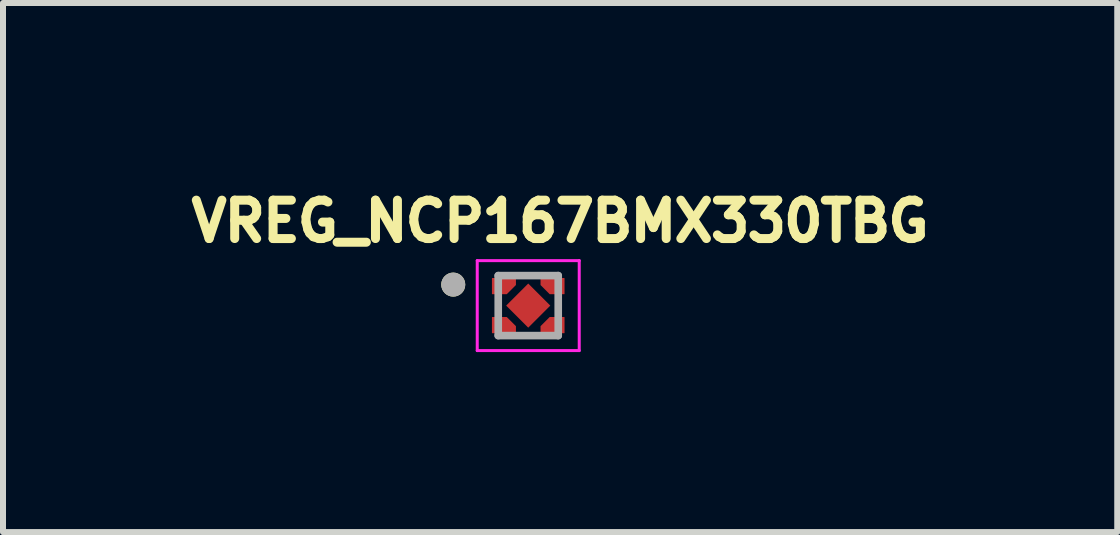
<source format=kicad_pcb>
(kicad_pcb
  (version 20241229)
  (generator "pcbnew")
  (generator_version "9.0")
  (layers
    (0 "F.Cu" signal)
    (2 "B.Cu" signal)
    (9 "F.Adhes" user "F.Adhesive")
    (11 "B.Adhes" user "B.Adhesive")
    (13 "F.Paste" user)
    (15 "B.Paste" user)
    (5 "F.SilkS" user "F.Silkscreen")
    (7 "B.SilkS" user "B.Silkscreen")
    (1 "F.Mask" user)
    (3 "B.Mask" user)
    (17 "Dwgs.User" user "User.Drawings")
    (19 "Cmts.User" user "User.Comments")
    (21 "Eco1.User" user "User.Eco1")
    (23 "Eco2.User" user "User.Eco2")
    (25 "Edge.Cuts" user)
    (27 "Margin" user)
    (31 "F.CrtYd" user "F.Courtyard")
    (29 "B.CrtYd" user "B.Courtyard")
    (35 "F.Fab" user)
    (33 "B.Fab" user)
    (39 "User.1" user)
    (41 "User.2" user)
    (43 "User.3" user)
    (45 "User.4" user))
  (footprint "VREG_NCP167BMX330TBG"
    (layer "F.Cu")
    (at 5.755 2.044)
    (property "Reference" "VREG_NCP167BMX330TBG" (at 0.532 -1.406 0) (layer "F.SilkS") (effects (font (size 0.64 0.64) (thickness 0.15))))
    (attr smd)
    (fp_circle (center -1.25 -0.35) (end -1.15 -0.35) (stroke (width 0.2) (type solid)) (fill no) (layer "F.SilkS"))
    (fp_poly (pts (xy -0.6 -0.455) (xy -0.21 -0.455) (xy -0.21 -0.345) (xy -0.36 -0.195) (xy -0.6 -0.195)) (stroke (width 0.01) (type solid)) (fill yes) (layer "F.Paste"))
    (fp_poly (pts (xy -0.6 0.455) (xy -0.21 0.455) (xy -0.21 0.345) (xy -0.36 0.195) (xy -0.6 0.195)) (stroke (width 0.01) (type solid)) (fill yes) (layer "F.Paste"))
    (fp_poly (pts (xy 0.6 -0.455) (xy 0.21 -0.455) (xy 0.21 -0.345) (xy 0.36 -0.195) (xy 0.6 -0.195)) (stroke (width 0.01) (type solid)) (fill yes) (layer "F.Paste"))
    (fp_poly (pts (xy 0.6 0.455) (xy 0.21 0.455) (xy 0.21 0.345) (xy 0.36 0.195) (xy 0.6 0.195)) (stroke (width 0.01) (type solid)) (fill yes) (layer "F.Paste"))
    (fp_line (start -0.85 -0.75) (end 0.85 -0.75) (stroke (width 0.05) (type solid)) (layer "F.CrtYd"))
    (fp_line (start -0.85 0.75) (end -0.85 -0.75) (stroke (width 0.05) (type solid)) (layer "F.CrtYd"))
    (fp_line (start 0.85 -0.75) (end 0.85 0.75) (stroke (width 0.05) (type solid)) (layer "F.CrtYd"))
    (fp_line (start 0.85 0.75) (end -0.85 0.75) (stroke (width 0.05) (type solid)) (layer "F.CrtYd"))
    (fp_line (start -0.5 -0.5) (end -0.5 0.5) (stroke (width 0.127) (type solid)) (layer "F.Fab"))
    (fp_line (start -0.5 0.5) (end 0.5 0.5) (stroke (width 0.127) (type solid)) (layer "F.Fab"))
    (fp_line (start 0.5 -0.5) (end -0.5 -0.5) (stroke (width 0.127) (type solid)) (layer "F.Fab"))
    (fp_line (start 0.5 0.5) (end 0.5 -0.5) (stroke (width 0.127) (type solid)) (layer "F.Fab"))
    (fp_circle (center -1.25 -0.35) (end -1.15 -0.35) (stroke (width 0.2) (type solid)) (fill no) (layer "F.Fab"))
    (pad "1" smd custom (at -0.405 -0.325) (size 0.1 0.1) (layers "F.Cu" "F.Mask" "F.Paste") (options (anchor rect)) (primitives (gr_poly (pts (xy -0.195 -0.13) (xy 0.195 -0.13) (xy 0.195 -0.02) (xy 0.045 0.13) (xy -0.195 0.13)) (width 0.01) (fill yes))))
    (pad "2" smd custom (at -0.405 0.325) (size 0.1 0.1) (layers "F.Cu" "F.Mask" "F.Paste") (options (anchor rect)) (primitives (gr_poly (pts (xy -0.195 0.13) (xy 0.195 0.13) (xy 0.195 0.02) (xy 0.045 -0.13) (xy -0.195 -0.13)) (width 0.01) (fill yes))))
    (pad "3" smd custom (at 0.405 0.325) (size 0.1 0.1) (layers "F.Cu" "F.Mask" "F.Paste") (options (anchor rect)) (primitives (gr_poly (pts (xy 0.195 0.13) (xy -0.195 0.13) (xy -0.195 0.02) (xy -0.045 -0.13) (xy 0.195 -0.13)) (width 0.01) (fill yes))))
    (pad "4" smd custom (at 0.405 -0.325) (size 0.1 0.1) (layers "F.Cu" "F.Mask" "F.Paste") (options (anchor rect)) (primitives (gr_poly (pts (xy 0.195 -0.13) (xy -0.195 -0.13) (xy -0.195 -0.02) (xy -0.045 0.13) (xy 0.195 0.13)) (width 0.01) (fill yes))))
    (pad "5" smd rect (at 0 0 45) (size 0.52 0.52) (layers "F.Cu" "F.Mask" "F.Paste")))
  (gr_rect
    (start -3 -3)
    (end 15.573 5.819)
    (stroke (width 0.1) (type default))
    (fill no)
    (layer "Edge.Cuts")))
</source>
